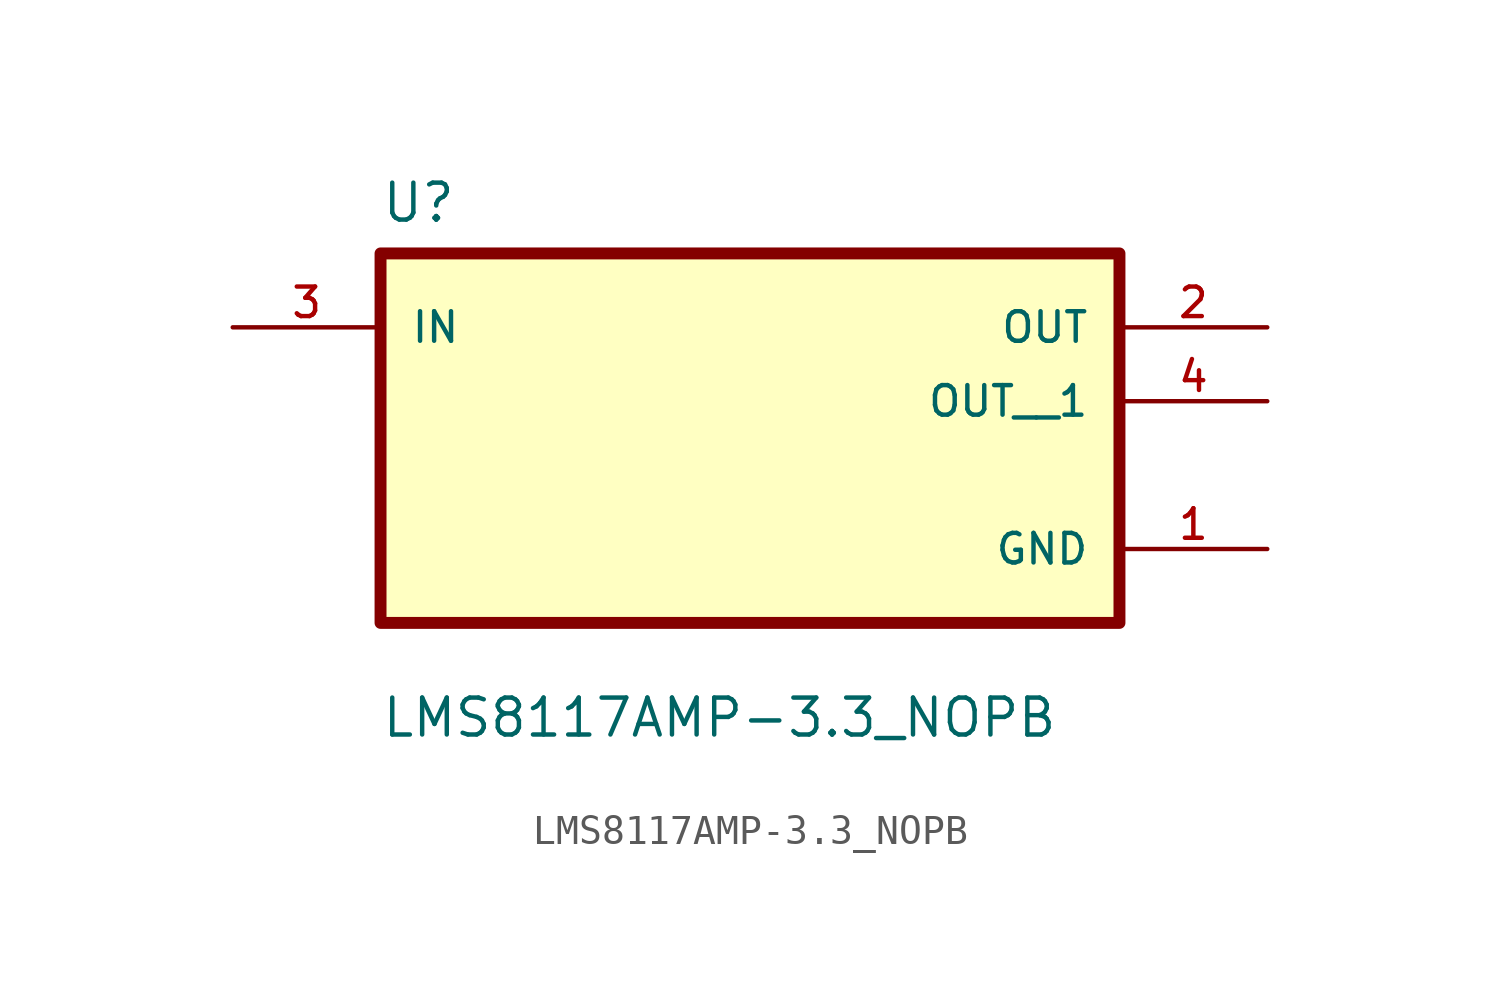
<source format=kicad_sym>
(kicad_symbol_lib
  (version 20211014)
  (generator kicad_symbol_editor)
  (symbol "LMS8117AMP-3.3_NOPB"
    (pin_names
      (offset 1.016))
    (property "Reference" "U"
      (at -12.7 6.08 0.0)
      (effects (font (size 1.27 1.27)) (justify bottom left)))
    (property "Value" "LMS8117AMP-3.3_NOPB"
      (at -12.7 -11.62 0.0)
      (effects (font (size 1.27 1.27)) (justify bottom left)))
    (symbol "LMS8117AMP-3.3_NOPB_0_0"
      (rectangle (start -12.7 -7.62) (end 12.7 5.08) (stroke (width 0.41)) (fill (type background)))
      (pin input line (at -17.78 2.54 0) (length 5.08) (name "IN" (effects (font (size 1.016 1.016)))) (number "3" (effects (font (size 1.016 1.016)))))
      (pin output line (at 17.78 2.54 180.0) (length 5.08) (name "OUT" (effects (font (size 1.016 1.016)))) (number "2" (effects (font (size 1.016 1.016)))))
      (pin power_in line (at 17.78 -5.08 180.0) (length 5.08) (name "GND" (effects (font (size 1.016 1.016)))) (number "1" (effects (font (size 1.016 1.016)))))
      (pin output line (at 17.78 0.0 180.0) (length 5.08) (name "OUT__1" (effects (font (size 1.016 1.016)))) (number "4" (effects (font (size 1.016 1.016))))))))
</source>
